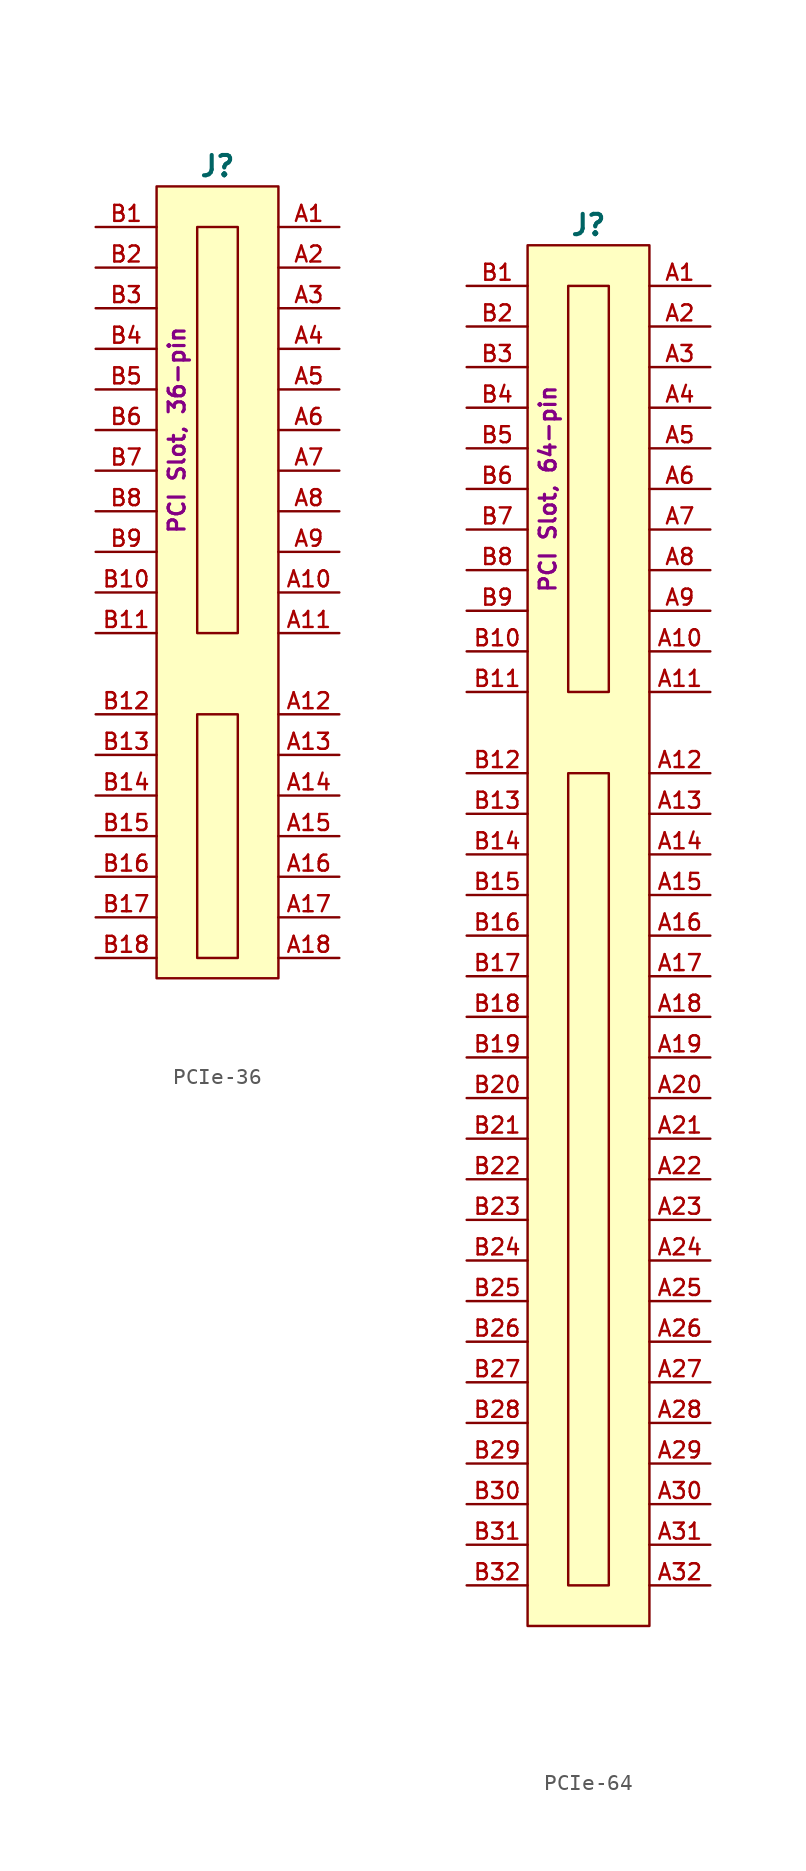
<source format=kicad_sym>
(kicad_symbol_lib
  (version 20241209)
  (generator "kicad_symbol_editor")
  (generator_version "9.0")
  (symbol "PCIe-36"
    (pin_names
      (hide yes))
    (property "Reference" "J"
      (at 0 31.75 0)
      (effects (font (size 1.27 1.27) (thickness 0.254) (bold yes))))
    (property "Value" ""
      (at 0 0 0)
      (effects (font (size 1.27 1.27))))
    (property "Description" "PCI Slot, 36-pin"
      (at -2.54 15.24 90)
      (effects (font (size 1 1) (thickness 0.2) (bold yes))))
    (symbol "PCIe-36_0_1"
      (rectangle (start -1.27 27.94) (end 1.27 2.54) (stroke (width 0) (type default)) (fill (type color) (color 132 132 0 0.31)))
      (rectangle (start 1.27 -2.54) (end -1.27 -17.78) (stroke (width 0) (type default)) (fill (type color) (color 132 132 0 0.31))))
    (symbol "PCIe-36_1_1"
      (rectangle (start -3.81 30.48) (end 3.81 -19.05) (stroke (width 0) (type solid)) (fill (type background)))
      (pin power_in line (at -7.62 27.94 0) (length 3.81) (name "B1" (effects (font (size 0.1 0.1)))) (number "B1" (effects (font (size 1 1)))))
      (pin power_in line (at -7.62 25.4 0) (length 3.81) (name "B2" (effects (font (size 0.1 0.1)))) (number "B2" (effects (font (size 1 1)))))
      (pin power_in line (at -7.62 22.86 0) (length 3.81) (name "B3" (effects (font (size 0.1 0.1)))) (number "B3" (effects (font (size 1 1)))))
      (pin power_in line (at -7.62 20.32 0) (length 3.81) (name "B4" (effects (font (size 0.1 0.1)))) (number "B4" (effects (font (size 1 1)))))
      (pin power_in line (at -7.62 17.78 0) (length 3.81) (name "B5" (effects (font (size 0.1 0.1)))) (number "B5" (effects (font (size 1 1)))))
      (pin power_in line (at -7.62 15.24 0) (length 3.81) (name "B6" (effects (font (size 0.1 0.1)))) (number "B6" (effects (font (size 1 1)))))
      (pin power_in line (at -7.62 12.7 0) (length 3.81) (name "B7" (effects (font (size 0.1 0.1)))) (number "B7" (effects (font (size 1 1)))))
      (pin passive line (at -7.62 10.16 0) (length 3.81) (name "B8" (effects (font (size 0.1 0.1)))) (number "B8" (effects (font (size 1 1)))))
      (pin passive line (at -7.62 7.62 0) (length 3.81) (name "B9" (effects (font (size 0.1 0.1)))) (number "B9" (effects (font (size 1 1)))))
      (pin passive line (at -7.62 5.08 0) (length 3.81) (name "B10" (effects (font (size 0.1 0.1)))) (number "B10" (effects (font (size 1 1)))))
      (pin passive line (at -7.62 2.54 0) (length 3.81) (name "B11" (effects (font (size 0.1 0.1)))) (number "B11" (effects (font (size 1 1)))))
      (pin passive line (at -7.62 -2.54 0) (length 3.81) (name "B12" (effects (font (size 0.1 0.1)))) (number "B12" (effects (font (size 1 1)))))
      (pin passive line (at -7.62 -5.08 0) (length 3.81) (name "B13" (effects (font (size 0.1 0.1)))) (number "B13" (effects (font (size 1 1)))))
      (pin passive line (at -7.62 -7.62 0) (length 3.81) (name "B14" (effects (font (size 0.1 0.1)))) (number "B14" (effects (font (size 1 1)))))
      (pin passive line (at -7.62 -10.16 0) (length 3.81) (name "B15" (effects (font (size 0.1 0.1)))) (number "B15" (effects (font (size 1 1)))))
      (pin passive line (at -7.62 -12.7 0) (length 3.81) (name "B16" (effects (font (size 0.1 0.1)))) (number "B16" (effects (font (size 1 1)))))
      (pin passive line (at -7.62 -15.24 0) (length 3.81) (name "B17" (effects (font (size 0.1 0.1)))) (number "B17" (effects (font (size 1 1)))))
      (pin passive line (at -7.62 -17.78 0) (length 3.81) (name "B18" (effects (font (size 0.1 0.1)))) (number "B18" (effects (font (size 1 1)))))
      (pin power_in line (at 7.62 27.94 180) (length 3.81) (name "A1" (effects (font (size 0.1 0.1)))) (number "A1" (effects (font (size 1 1)))))
      (pin power_in line (at 7.62 25.4 180) (length 3.81) (name "A2" (effects (font (size 0.1 0.1)))) (number "A2" (effects (font (size 1 1)))))
      (pin power_in line (at 7.62 22.86 180) (length 3.81) (name "A3" (effects (font (size 0.1 0.1)))) (number "A3" (effects (font (size 1 1)))))
      (pin power_in line (at 7.62 20.32 180) (length 3.81) (name "A4" (effects (font (size 0.1 0.1)))) (number "A4" (effects (font (size 1 1)))))
      (pin power_in line (at 7.62 17.78 180) (length 3.81) (name "A5" (effects (font (size 0.1 0.1)))) (number "A5" (effects (font (size 1 1)))))
      (pin power_in line (at 7.62 15.24 180) (length 3.81) (name "A6" (effects (font (size 0.1 0.1)))) (number "A6" (effects (font (size 1 1)))))
      (pin power_in line (at 7.62 12.7 180) (length 3.81) (name "A7" (effects (font (size 0.1 0.1)))) (number "A7" (effects (font (size 1 1)))))
      (pin passive line (at 7.62 10.16 180) (length 3.81) (name "A8" (effects (font (size 0.1 0.1)))) (number "A8" (effects (font (size 1 1)))))
      (pin passive line (at 7.62 7.62 180) (length 3.81) (name "A9" (effects (font (size 0.1 0.1)))) (number "A9" (effects (font (size 1 1)))))
      (pin passive line (at 7.62 5.08 180) (length 3.81) (name "A10" (effects (font (size 0.1 0.1)))) (number "A10" (effects (font (size 1 1)))))
      (pin passive line (at 7.62 2.54 180) (length 3.81) (name "A11" (effects (font (size 0.1 0.1)))) (number "A11" (effects (font (size 1 1)))))
      (pin passive line (at 7.62 -2.54 180) (length 3.81) (name "A12" (effects (font (size 0.1 0.1)))) (number "A12" (effects (font (size 1 1)))))
      (pin passive line (at 7.62 -5.08 180) (length 3.81) (name "A13" (effects (font (size 0.1 0.1)))) (number "A13" (effects (font (size 1 1)))))
      (pin passive line (at 7.62 -7.62 180) (length 3.81) (name "A14" (effects (font (size 0.1 0.1)))) (number "A14" (effects (font (size 1 1)))))
      (pin passive line (at 7.62 -10.16 180) (length 3.81) (name "A15" (effects (font (size 0.1 0.1)))) (number "A15" (effects (font (size 1 1)))))
      (pin passive line (at 7.62 -12.7 180) (length 3.81) (name "A16" (effects (font (size 0.1 0.1)))) (number "A16" (effects (font (size 1 1)))))
      (pin passive line (at 7.62 -15.24 180) (length 3.81) (name "A17" (effects (font (size 0.1 0.1)))) (number "A17" (effects (font (size 1 1)))))
      (pin passive line (at 7.62 -17.78 180) (length 3.81) (name "A18" (effects (font (size 0.1 0.1)))) (number "A18" (effects (font (size 1 1)))))))
  (symbol "PCIe-64"
    (pin_names
      (hide yes))
    (property "Reference" "J"
      (at 0 31.75 0)
      (do_not_autoplace)
      (effects (font (size 1.27 1.27) (thickness 0.254) (bold yes))))
    (property "Value" ""
      (at 0 0 0)
      (effects (font (size 1.27 1.27))))
    (property "Description" "PCI Slot, 64-pin"
      (at -2.54 15.24 90)
      (do_not_autoplace)
      (effects (font (size 1 1) (thickness 0.2) (bold yes))))
    (symbol "PCIe-64_0_1"
      (rectangle (start -1.27 27.94) (end 1.27 2.54) (stroke (width 0) (type default)) (fill (type color) (color 132 132 0 0.31)))
      (rectangle (start -1.27 -2.54) (end 1.27 -53.34) (stroke (width 0) (type default)) (fill (type color) (color 132 132 0 0.31))))
    (symbol "PCIe-64_1_1"
      (rectangle (start -3.81 30.48) (end 3.81 -55.88) (stroke (width 0) (type solid)) (fill (type background)))
      (pin power_in line (at -7.62 27.94 0) (length 3.81) (name "B1" (effects (font (size 0.1 0.1)))) (number "B1" (effects (font (size 1 1)))))
      (pin power_in line (at -7.62 25.4 0) (length 3.81) (name "B2" (effects (font (size 0.1 0.1)))) (number "B2" (effects (font (size 1 1)))))
      (pin power_in line (at -7.62 22.86 0) (length 3.81) (name "B3" (effects (font (size 0.1 0.1)))) (number "B3" (effects (font (size 1 1)))))
      (pin power_in line (at -7.62 20.32 0) (length 3.81) (name "B4" (effects (font (size 0.1 0.1)))) (number "B4" (effects (font (size 1 1)))))
      (pin power_in line (at -7.62 17.78 0) (length 3.81) (name "B5" (effects (font (size 0.1 0.1)))) (number "B5" (effects (font (size 1 1)))))
      (pin power_in line (at -7.62 15.24 0) (length 3.81) (name "B6" (effects (font (size 0.1 0.1)))) (number "B6" (effects (font (size 1 1)))))
      (pin power_in line (at -7.62 12.7 0) (length 3.81) (name "B7" (effects (font (size 0.1 0.1)))) (number "B7" (effects (font (size 1 1)))))
      (pin passive line (at -7.62 10.16 0) (length 3.81) (name "B8" (effects (font (size 0.1 0.1)))) (number "B8" (effects (font (size 1 1)))))
      (pin passive line (at -7.62 7.62 0) (length 3.81) (name "B9" (effects (font (size 0.1 0.1)))) (number "B9" (effects (font (size 1 1)))))
      (pin passive line (at -7.62 5.08 0) (length 3.81) (name "B10" (effects (font (size 0.1 0.1)))) (number "B10" (effects (font (size 1 1)))))
      (pin passive line (at -7.62 2.54 0) (length 3.81) (name "B11" (effects (font (size 0.1 0.1)))) (number "B11" (effects (font (size 1 1)))))
      (pin passive line (at -7.62 -2.54 0) (length 3.81) (name "B12" (effects (font (size 0.1 0.1)))) (number "B12" (effects (font (size 1 1)))))
      (pin passive line (at -7.62 -5.08 0) (length 3.81) (name "B13" (effects (font (size 0.1 0.1)))) (number "B13" (effects (font (size 1 1)))))
      (pin passive line (at -7.62 -7.62 0) (length 3.81) (name "B14" (effects (font (size 0.1 0.1)))) (number "B14" (effects (font (size 1 1)))))
      (pin passive line (at -7.62 -10.16 0) (length 3.81) (name "B15" (effects (font (size 0.1 0.1)))) (number "B15" (effects (font (size 1 1)))))
      (pin passive line (at -7.62 -12.7 0) (length 3.81) (name "B16" (effects (font (size 0.1 0.1)))) (number "B16" (effects (font (size 1 1)))))
      (pin passive line (at -7.62 -15.24 0) (length 3.81) (name "B17" (effects (font (size 0.1 0.1)))) (number "B17" (effects (font (size 1 1)))))
      (pin passive line (at -7.62 -17.78 0) (length 3.81) (name "B18" (effects (font (size 0.1 0.1)))) (number "B18" (effects (font (size 1 1)))))
      (pin passive line (at -7.62 -20.32 0) (length 3.81) (name "B19" (effects (font (size 0.1 0.1)))) (number "B19" (effects (font (size 1 1)))))
      (pin passive line (at -7.62 -22.86 0) (length 3.81) (name "B20" (effects (font (size 0.1 0.1)))) (number "B20" (effects (font (size 1 1)))))
      (pin passive line (at -7.62 -25.4 0) (length 3.81) (name "B21" (effects (font (size 0.1 0.1)))) (number "B21" (effects (font (size 1 1)))))
      (pin passive line (at -7.62 -27.94 0) (length 3.81) (name "B22" (effects (font (size 0.1 0.1)))) (number "B22" (effects (font (size 1 1)))))
      (pin passive line (at -7.62 -30.48 0) (length 3.81) (name "B23" (effects (font (size 0.1 0.1)))) (number "B23" (effects (font (size 1 1)))))
      (pin passive line (at -7.62 -33.02 0) (length 3.81) (name "B24" (effects (font (size 0.1 0.1)))) (number "B24" (effects (font (size 1 1)))))
      (pin passive line (at -7.62 -35.56 0) (length 3.81) (name "B25" (effects (font (size 0.1 0.1)))) (number "B25" (effects (font (size 1 1)))))
      (pin passive line (at -7.62 -38.1 0) (length 3.81) (name "B26" (effects (font (size 0.1 0.1)))) (number "B26" (effects (font (size 1 1)))))
      (pin passive line (at -7.62 -40.64 0) (length 3.81) (name "B27" (effects (font (size 0.1 0.1)))) (number "B27" (effects (font (size 1 1)))))
      (pin passive line (at -7.62 -43.18 0) (length 3.81) (name "B28" (effects (font (size 0.1 0.1)))) (number "B28" (effects (font (size 1 1)))))
      (pin passive line (at -7.62 -45.72 0) (length 3.81) (name "B29" (effects (font (size 0.1 0.1)))) (number "B29" (effects (font (size 1 1)))))
      (pin passive line (at -7.62 -48.26 0) (length 3.81) (name "B30" (effects (font (size 0.1 0.1)))) (number "B30" (effects (font (size 1 1)))))
      (pin passive line (at -7.62 -50.8 0) (length 3.81) (name "B31" (effects (font (size 0.1 0.1)))) (number "B31" (effects (font (size 1 1)))))
      (pin passive line (at -7.62 -53.34 0) (length 3.81) (name "B32" (effects (font (size 0.1 0.1)))) (number "B32" (effects (font (size 1 1)))))
      (pin power_in line (at 7.62 27.94 180) (length 3.81) (name "A1" (effects (font (size 0.1 0.1)))) (number "A1" (effects (font (size 1 1)))))
      (pin power_in line (at 7.62 25.4 180) (length 3.81) (name "A2" (effects (font (size 0.1 0.1)))) (number "A2" (effects (font (size 1 1)))))
      (pin power_in line (at 7.62 22.86 180) (length 3.81) (name "A3" (effects (font (size 0.1 0.1)))) (number "A3" (effects (font (size 1 1)))))
      (pin power_in line (at 7.62 20.32 180) (length 3.81) (name "A4" (effects (font (size 0.1 0.1)))) (number "A4" (effects (font (size 1 1)))))
      (pin power_in line (at 7.62 17.78 180) (length 3.81) (name "A5" (effects (font (size 0.1 0.1)))) (number "A5" (effects (font (size 1 1)))))
      (pin power_in line (at 7.62 15.24 180) (length 3.81) (name "A6" (effects (font (size 0.1 0.1)))) (number "A6" (effects (font (size 1 1)))))
      (pin power_in line (at 7.62 12.7 180) (length 3.81) (name "A7" (effects (font (size 0.1 0.1)))) (number "A7" (effects (font (size 1 1)))))
      (pin passive line (at 7.62 10.16 180) (length 3.81) (name "A8" (effects (font (size 0.1 0.1)))) (number "A8" (effects (font (size 1 1)))))
      (pin passive line (at 7.62 7.62 180) (length 3.81) (name "A9" (effects (font (size 0.1 0.1)))) (number "A9" (effects (font (size 1 1)))))
      (pin passive line (at 7.62 5.08 180) (length 3.81) (name "A10" (effects (font (size 0.1 0.1)))) (number "A10" (effects (font (size 1 1)))))
      (pin passive line (at 7.62 2.54 180) (length 3.81) (name "A11" (effects (font (size 0.1 0.1)))) (number "A11" (effects (font (size 1 1)))))
      (pin passive line (at 7.62 -2.54 180) (length 3.81) (name "A12" (effects (font (size 0.1 0.1)))) (number "A12" (effects (font (size 1 1)))))
      (pin passive line (at 7.62 -5.08 180) (length 3.81) (name "A13" (effects (font (size 0.1 0.1)))) (number "A13" (effects (font (size 1 1)))))
      (pin passive line (at 7.62 -7.62 180) (length 3.81) (name "A14" (effects (font (size 0.1 0.1)))) (number "A14" (effects (font (size 1 1)))))
      (pin passive line (at 7.62 -10.16 180) (length 3.81) (name "A15" (effects (font (size 0.1 0.1)))) (number "A15" (effects (font (size 1 1)))))
      (pin passive line (at 7.62 -12.7 180) (length 3.81) (name "A16" (effects (font (size 0.1 0.1)))) (number "A16" (effects (font (size 1 1)))))
      (pin passive line (at 7.62 -15.24 180) (length 3.81) (name "A17" (effects (font (size 0.1 0.1)))) (number "A17" (effects (font (size 1 1)))))
      (pin passive line (at 7.62 -17.78 180) (length 3.81) (name "A18" (effects (font (size 0.1 0.1)))) (number "A18" (effects (font (size 1 1)))))
      (pin passive line (at 7.62 -20.32 180) (length 3.81) (name "A19" (effects (font (size 0.1 0.1)))) (number "A19" (effects (font (size 1 1)))))
      (pin passive line (at 7.62 -22.86 180) (length 3.81) (name "A20" (effects (font (size 0.1 0.1)))) (number "A20" (effects (font (size 1 1)))))
      (pin passive line (at 7.62 -25.4 180) (length 3.81) (name "A21" (effects (font (size 0.1 0.1)))) (number "A21" (effects (font (size 1 1)))))
      (pin passive line (at 7.62 -27.94 180) (length 3.81) (name "A22" (effects (font (size 0.1 0.1)))) (number "A22" (effects (font (size 1 1)))))
      (pin passive line (at 7.62 -30.48 180) (length 3.81) (name "A23" (effects (font (size 0.1 0.1)))) (number "A23" (effects (font (size 1 1)))))
      (pin passive line (at 7.62 -33.02 180) (length 3.81) (name "A24" (effects (font (size 0.1 0.1)))) (number "A24" (effects (font (size 1 1)))))
      (pin passive line (at 7.62 -35.56 180) (length 3.81) (name "A25" (effects (font (size 0.1 0.1)))) (number "A25" (effects (font (size 1 1)))))
      (pin passive line (at 7.62 -38.1 180) (length 3.81) (name "A26" (effects (font (size 0.1 0.1)))) (number "A26" (effects (font (size 1 1)))))
      (pin passive line (at 7.62 -40.64 180) (length 3.81) (name "A27" (effects (font (size 0.1 0.1)))) (number "A27" (effects (font (size 1 1)))))
      (pin passive line (at 7.62 -43.18 180) (length 3.81) (name "A28" (effects (font (size 0.1 0.1)))) (number "A28" (effects (font (size 1 1)))))
      (pin passive line (at 7.62 -45.72 180) (length 3.81) (name "A29" (effects (font (size 0.1 0.1)))) (number "A29" (effects (font (size 1 1)))))
      (pin passive line (at 7.62 -48.26 180) (length 3.81) (name "A30" (effects (font (size 0.1 0.1)))) (number "A30" (effects (font (size 1 1)))))
      (pin passive line (at 7.62 -50.8 180) (length 3.81) (name "A31" (effects (font (size 0.1 0.1)))) (number "A31" (effects (font (size 1 1)))))
      (pin passive line (at 7.62 -53.34 180) (length 3.81) (name "A32" (effects (font (size 0.1 0.1)))) (number "A32" (effects (font (size 1 1))))))))
</source>
